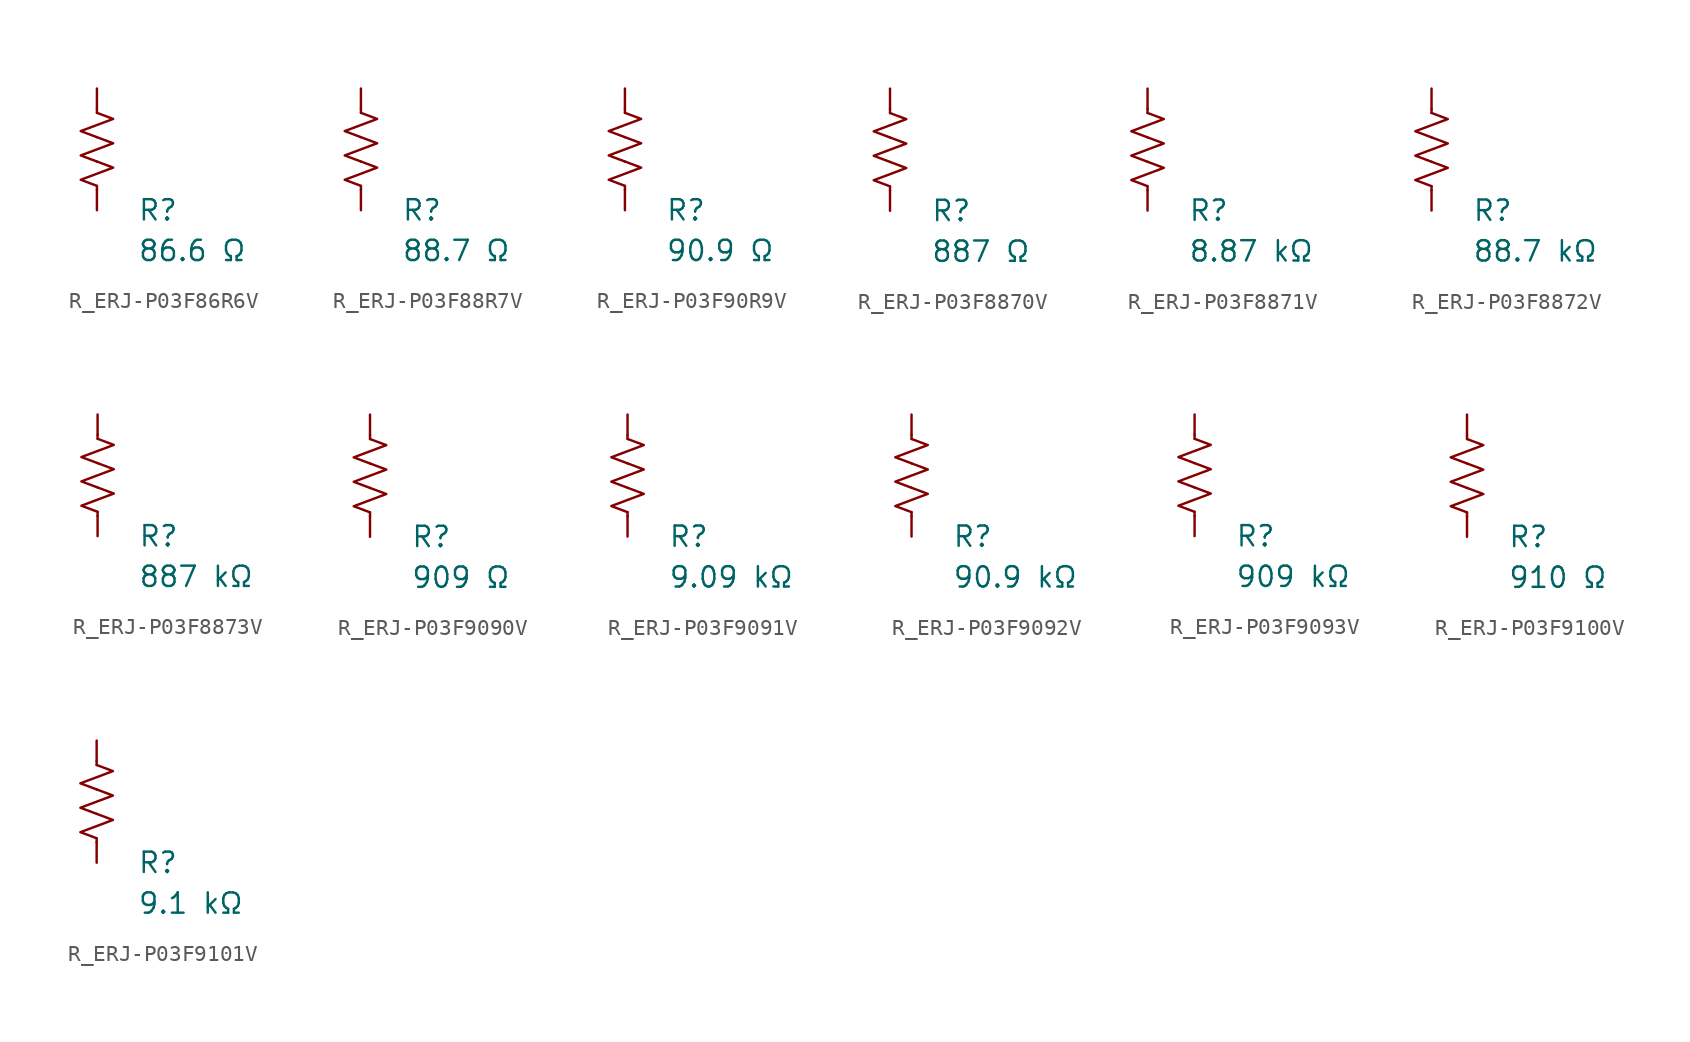
<source format=kicad_sym>
(kicad_symbol_lib
  (version 20231120)
  (generator "kicad_symbol_editor")
  (generator_version "8.0")
  (symbol "R_ERJ-P03F86R6V"
    (pin_numbers hide)
    (pin_names
      (offset 0))
    (property "Reference" "R"
      (at 2.54 -3.81 0)
      (effects (font (size 1.27 1.27)) (justify left))
      (show_name no))
    (property "Value" "86.6 Ω"
      (at 2.54 -6.35 0)
      (effects (font (size 1.27 1.27)) (justify left))
      (show_name no))
    (symbol "R_ERJ-P03F86R6V_0_1"
      (polyline (pts (xy 0 -2.286) (xy 0 -2.54)) (stroke (width 0) (type default)) (fill (type none)))
      (polyline (pts (xy 0 2.286) (xy 0 2.54)) (stroke (width 0) (type default)) (fill (type none)))
      (polyline (pts (xy 0 -0.762) (xy 1.016 -1.143) (xy 0 -1.524) (xy -1.016 -1.905) (xy 0 -2.286)) (stroke (width 0) (type default)) (fill (type none)))
      (polyline (pts (xy 0 0.762) (xy 1.016 0.381) (xy 0 0) (xy -1.016 -0.381) (xy 0 -0.762)) (stroke (width 0) (type default)) (fill (type none)))
      (polyline (pts (xy 0 2.286) (xy 1.016 1.905) (xy 0 1.524) (xy -1.016 1.143) (xy 0 0.762)) (stroke (width 0) (type default)) (fill (type none))))
    (symbol "R_ERJ-P03F86R6V_1_1"
      (pin passive line (at 0 3.81 270) (length 1.27) (name "~" (effects (font (size 1.27 1.27)))) (number "1" (effects (font (size 1.27 1.27)))))
      (pin passive line (at 0 -3.81 90) (length 1.27) (name "~" (effects (font (size 1.27 1.27)))) (number "2" (effects (font (size 1.27 1.27)))))))
  (symbol "R_ERJ-P03F88R7V"
    (pin_numbers hide)
    (pin_names
      (offset 0))
    (property "Reference" "R"
      (at 2.54 -3.81 0)
      (effects (font (size 1.27 1.27)) (justify left))
      (show_name no))
    (property "Value" "88.7 Ω"
      (at 2.54 -6.35 0)
      (effects (font (size 1.27 1.27)) (justify left))
      (show_name no))
    (symbol "R_ERJ-P03F88R7V_0_1"
      (polyline (pts (xy 0 -2.286) (xy 0 -2.54)) (stroke (width 0) (type default)) (fill (type none)))
      (polyline (pts (xy 0 2.286) (xy 0 2.54)) (stroke (width 0) (type default)) (fill (type none)))
      (polyline (pts (xy 0 -0.762) (xy 1.016 -1.143) (xy 0 -1.524) (xy -1.016 -1.905) (xy 0 -2.286)) (stroke (width 0) (type default)) (fill (type none)))
      (polyline (pts (xy 0 0.762) (xy 1.016 0.381) (xy 0 0) (xy -1.016 -0.381) (xy 0 -0.762)) (stroke (width 0) (type default)) (fill (type none)))
      (polyline (pts (xy 0 2.286) (xy 1.016 1.905) (xy 0 1.524) (xy -1.016 1.143) (xy 0 0.762)) (stroke (width 0) (type default)) (fill (type none))))
    (symbol "R_ERJ-P03F88R7V_1_1"
      (pin passive line (at 0 3.81 270) (length 1.27) (name "~" (effects (font (size 1.27 1.27)))) (number "1" (effects (font (size 1.27 1.27)))))
      (pin passive line (at 0 -3.81 90) (length 1.27) (name "~" (effects (font (size 1.27 1.27)))) (number "2" (effects (font (size 1.27 1.27)))))))
  (symbol "R_ERJ-P03F90R9V"
    (pin_numbers hide)
    (pin_names
      (offset 0))
    (property "Reference" "R"
      (at 2.54 -3.81 0)
      (effects (font (size 1.27 1.27)) (justify left))
      (show_name no))
    (property "Value" "90.9 Ω"
      (at 2.54 -6.35 0)
      (effects (font (size 1.27 1.27)) (justify left))
      (show_name no))
    (symbol "R_ERJ-P03F90R9V_0_1"
      (polyline (pts (xy 0 -2.286) (xy 0 -2.54)) (stroke (width 0) (type default)) (fill (type none)))
      (polyline (pts (xy 0 2.286) (xy 0 2.54)) (stroke (width 0) (type default)) (fill (type none)))
      (polyline (pts (xy 0 -0.762) (xy 1.016 -1.143) (xy 0 -1.524) (xy -1.016 -1.905) (xy 0 -2.286)) (stroke (width 0) (type default)) (fill (type none)))
      (polyline (pts (xy 0 0.762) (xy 1.016 0.381) (xy 0 0) (xy -1.016 -0.381) (xy 0 -0.762)) (stroke (width 0) (type default)) (fill (type none)))
      (polyline (pts (xy 0 2.286) (xy 1.016 1.905) (xy 0 1.524) (xy -1.016 1.143) (xy 0 0.762)) (stroke (width 0) (type default)) (fill (type none))))
    (symbol "R_ERJ-P03F90R9V_1_1"
      (pin passive line (at 0 3.81 270) (length 1.27) (name "~" (effects (font (size 1.27 1.27)))) (number "1" (effects (font (size 1.27 1.27)))))
      (pin passive line (at 0 -3.81 90) (length 1.27) (name "~" (effects (font (size 1.27 1.27)))) (number "2" (effects (font (size 1.27 1.27)))))))
  (symbol "R_ERJ-P03F8870V"
    (pin_numbers hide)
    (pin_names
      (offset 0))
    (property "Reference" "R"
      (at 2.54 -3.81 0)
      (effects (font (size 1.27 1.27)) (justify left))
      (show_name no))
    (property "Value" "887 Ω"
      (at 2.54 -6.35 0)
      (effects (font (size 1.27 1.27)) (justify left))
      (show_name no))
    (symbol "R_ERJ-P03F8870V_0_1"
      (polyline (pts (xy 0 -2.286) (xy 0 -2.54)) (stroke (width 0) (type default)) (fill (type none)))
      (polyline (pts (xy 0 2.286) (xy 0 2.54)) (stroke (width 0) (type default)) (fill (type none)))
      (polyline (pts (xy 0 -0.762) (xy 1.016 -1.143) (xy 0 -1.524) (xy -1.016 -1.905) (xy 0 -2.286)) (stroke (width 0) (type default)) (fill (type none)))
      (polyline (pts (xy 0 0.762) (xy 1.016 0.381) (xy 0 0) (xy -1.016 -0.381) (xy 0 -0.762)) (stroke (width 0) (type default)) (fill (type none)))
      (polyline (pts (xy 0 2.286) (xy 1.016 1.905) (xy 0 1.524) (xy -1.016 1.143) (xy 0 0.762)) (stroke (width 0) (type default)) (fill (type none))))
    (symbol "R_ERJ-P03F8870V_1_1"
      (pin passive line (at 0 3.81 270) (length 1.27) (name "~" (effects (font (size 1.27 1.27)))) (number "1" (effects (font (size 1.27 1.27)))))
      (pin passive line (at 0 -3.81 90) (length 1.27) (name "~" (effects (font (size 1.27 1.27)))) (number "2" (effects (font (size 1.27 1.27)))))))
  (symbol "R_ERJ-P03F8871V"
    (pin_numbers hide)
    (pin_names
      (offset 0))
    (property "Reference" "R"
      (at 2.54 -3.81 0)
      (effects (font (size 1.27 1.27)) (justify left))
      (show_name no))
    (property "Value" "8.87 kΩ"
      (at 2.54 -6.35 0)
      (effects (font (size 1.27 1.27)) (justify left))
      (show_name no))
    (symbol "R_ERJ-P03F8871V_0_1"
      (polyline (pts (xy 0 -2.286) (xy 0 -2.54)) (stroke (width 0) (type default)) (fill (type none)))
      (polyline (pts (xy 0 2.286) (xy 0 2.54)) (stroke (width 0) (type default)) (fill (type none)))
      (polyline (pts (xy 0 -0.762) (xy 1.016 -1.143) (xy 0 -1.524) (xy -1.016 -1.905) (xy 0 -2.286)) (stroke (width 0) (type default)) (fill (type none)))
      (polyline (pts (xy 0 0.762) (xy 1.016 0.381) (xy 0 0) (xy -1.016 -0.381) (xy 0 -0.762)) (stroke (width 0) (type default)) (fill (type none)))
      (polyline (pts (xy 0 2.286) (xy 1.016 1.905) (xy 0 1.524) (xy -1.016 1.143) (xy 0 0.762)) (stroke (width 0) (type default)) (fill (type none))))
    (symbol "R_ERJ-P03F8871V_1_1"
      (pin passive line (at 0 3.81 270) (length 1.27) (name "~" (effects (font (size 1.27 1.27)))) (number "1" (effects (font (size 1.27 1.27)))))
      (pin passive line (at 0 -3.81 90) (length 1.27) (name "~" (effects (font (size 1.27 1.27)))) (number "2" (effects (font (size 1.27 1.27)))))))
  (symbol "R_ERJ-P03F8872V"
    (pin_numbers hide)
    (pin_names
      (offset 0))
    (property "Reference" "R"
      (at 2.54 -3.81 0)
      (effects (font (size 1.27 1.27)) (justify left))
      (show_name no))
    (property "Value" "88.7 kΩ"
      (at 2.54 -6.35 0)
      (effects (font (size 1.27 1.27)) (justify left))
      (show_name no))
    (symbol "R_ERJ-P03F8872V_0_1"
      (polyline (pts (xy 0 -2.286) (xy 0 -2.54)) (stroke (width 0) (type default)) (fill (type none)))
      (polyline (pts (xy 0 2.286) (xy 0 2.54)) (stroke (width 0) (type default)) (fill (type none)))
      (polyline (pts (xy 0 -0.762) (xy 1.016 -1.143) (xy 0 -1.524) (xy -1.016 -1.905) (xy 0 -2.286)) (stroke (width 0) (type default)) (fill (type none)))
      (polyline (pts (xy 0 0.762) (xy 1.016 0.381) (xy 0 0) (xy -1.016 -0.381) (xy 0 -0.762)) (stroke (width 0) (type default)) (fill (type none)))
      (polyline (pts (xy 0 2.286) (xy 1.016 1.905) (xy 0 1.524) (xy -1.016 1.143) (xy 0 0.762)) (stroke (width 0) (type default)) (fill (type none))))
    (symbol "R_ERJ-P03F8872V_1_1"
      (pin passive line (at 0 3.81 270) (length 1.27) (name "~" (effects (font (size 1.27 1.27)))) (number "1" (effects (font (size 1.27 1.27)))))
      (pin passive line (at 0 -3.81 90) (length 1.27) (name "~" (effects (font (size 1.27 1.27)))) (number "2" (effects (font (size 1.27 1.27)))))))
  (symbol "R_ERJ-P03F8873V"
    (pin_numbers hide)
    (pin_names
      (offset 0))
    (property "Reference" "R"
      (at 2.54 -3.81 0)
      (effects (font (size 1.27 1.27)) (justify left))
      (show_name no))
    (property "Value" "887 kΩ"
      (at 2.54 -6.35 0)
      (effects (font (size 1.27 1.27)) (justify left))
      (show_name no))
    (symbol "R_ERJ-P03F8873V_0_1"
      (polyline (pts (xy 0 -2.286) (xy 0 -2.54)) (stroke (width 0) (type default)) (fill (type none)))
      (polyline (pts (xy 0 2.286) (xy 0 2.54)) (stroke (width 0) (type default)) (fill (type none)))
      (polyline (pts (xy 0 -0.762) (xy 1.016 -1.143) (xy 0 -1.524) (xy -1.016 -1.905) (xy 0 -2.286)) (stroke (width 0) (type default)) (fill (type none)))
      (polyline (pts (xy 0 0.762) (xy 1.016 0.381) (xy 0 0) (xy -1.016 -0.381) (xy 0 -0.762)) (stroke (width 0) (type default)) (fill (type none)))
      (polyline (pts (xy 0 2.286) (xy 1.016 1.905) (xy 0 1.524) (xy -1.016 1.143) (xy 0 0.762)) (stroke (width 0) (type default)) (fill (type none))))
    (symbol "R_ERJ-P03F8873V_1_1"
      (pin passive line (at 0 3.81 270) (length 1.27) (name "~" (effects (font (size 1.27 1.27)))) (number "1" (effects (font (size 1.27 1.27)))))
      (pin passive line (at 0 -3.81 90) (length 1.27) (name "~" (effects (font (size 1.27 1.27)))) (number "2" (effects (font (size 1.27 1.27)))))))
  (symbol "R_ERJ-P03F9090V"
    (pin_numbers hide)
    (pin_names
      (offset 0))
    (property "Reference" "R"
      (at 2.54 -3.81 0)
      (effects (font (size 1.27 1.27)) (justify left))
      (show_name no))
    (property "Value" "909 Ω"
      (at 2.54 -6.35 0)
      (effects (font (size 1.27 1.27)) (justify left))
      (show_name no))
    (symbol "R_ERJ-P03F9090V_0_1"
      (polyline (pts (xy 0 -2.286) (xy 0 -2.54)) (stroke (width 0) (type default)) (fill (type none)))
      (polyline (pts (xy 0 2.286) (xy 0 2.54)) (stroke (width 0) (type default)) (fill (type none)))
      (polyline (pts (xy 0 -0.762) (xy 1.016 -1.143) (xy 0 -1.524) (xy -1.016 -1.905) (xy 0 -2.286)) (stroke (width 0) (type default)) (fill (type none)))
      (polyline (pts (xy 0 0.762) (xy 1.016 0.381) (xy 0 0) (xy -1.016 -0.381) (xy 0 -0.762)) (stroke (width 0) (type default)) (fill (type none)))
      (polyline (pts (xy 0 2.286) (xy 1.016 1.905) (xy 0 1.524) (xy -1.016 1.143) (xy 0 0.762)) (stroke (width 0) (type default)) (fill (type none))))
    (symbol "R_ERJ-P03F9090V_1_1"
      (pin passive line (at 0 3.81 270) (length 1.27) (name "~" (effects (font (size 1.27 1.27)))) (number "1" (effects (font (size 1.27 1.27)))))
      (pin passive line (at 0 -3.81 90) (length 1.27) (name "~" (effects (font (size 1.27 1.27)))) (number "2" (effects (font (size 1.27 1.27)))))))
  (symbol "R_ERJ-P03F9091V"
    (pin_numbers hide)
    (pin_names
      (offset 0))
    (property "Reference" "R"
      (at 2.54 -3.81 0)
      (effects (font (size 1.27 1.27)) (justify left))
      (show_name no))
    (property "Value" "9.09 kΩ"
      (at 2.54 -6.35 0)
      (effects (font (size 1.27 1.27)) (justify left))
      (show_name no))
    (symbol "R_ERJ-P03F9091V_0_1"
      (polyline (pts (xy 0 -2.286) (xy 0 -2.54)) (stroke (width 0) (type default)) (fill (type none)))
      (polyline (pts (xy 0 2.286) (xy 0 2.54)) (stroke (width 0) (type default)) (fill (type none)))
      (polyline (pts (xy 0 -0.762) (xy 1.016 -1.143) (xy 0 -1.524) (xy -1.016 -1.905) (xy 0 -2.286)) (stroke (width 0) (type default)) (fill (type none)))
      (polyline (pts (xy 0 0.762) (xy 1.016 0.381) (xy 0 0) (xy -1.016 -0.381) (xy 0 -0.762)) (stroke (width 0) (type default)) (fill (type none)))
      (polyline (pts (xy 0 2.286) (xy 1.016 1.905) (xy 0 1.524) (xy -1.016 1.143) (xy 0 0.762)) (stroke (width 0) (type default)) (fill (type none))))
    (symbol "R_ERJ-P03F9091V_1_1"
      (pin passive line (at 0 3.81 270) (length 1.27) (name "~" (effects (font (size 1.27 1.27)))) (number "1" (effects (font (size 1.27 1.27)))))
      (pin passive line (at 0 -3.81 90) (length 1.27) (name "~" (effects (font (size 1.27 1.27)))) (number "2" (effects (font (size 1.27 1.27)))))))
  (symbol "R_ERJ-P03F9092V"
    (pin_numbers hide)
    (pin_names
      (offset 0))
    (property "Reference" "R"
      (at 2.54 -3.81 0)
      (effects (font (size 1.27 1.27)) (justify left))
      (show_name no))
    (property "Value" "90.9 kΩ"
      (at 2.54 -6.35 0)
      (effects (font (size 1.27 1.27)) (justify left))
      (show_name no))
    (symbol "R_ERJ-P03F9092V_0_1"
      (polyline (pts (xy 0 -2.286) (xy 0 -2.54)) (stroke (width 0) (type default)) (fill (type none)))
      (polyline (pts (xy 0 2.286) (xy 0 2.54)) (stroke (width 0) (type default)) (fill (type none)))
      (polyline (pts (xy 0 -0.762) (xy 1.016 -1.143) (xy 0 -1.524) (xy -1.016 -1.905) (xy 0 -2.286)) (stroke (width 0) (type default)) (fill (type none)))
      (polyline (pts (xy 0 0.762) (xy 1.016 0.381) (xy 0 0) (xy -1.016 -0.381) (xy 0 -0.762)) (stroke (width 0) (type default)) (fill (type none)))
      (polyline (pts (xy 0 2.286) (xy 1.016 1.905) (xy 0 1.524) (xy -1.016 1.143) (xy 0 0.762)) (stroke (width 0) (type default)) (fill (type none))))
    (symbol "R_ERJ-P03F9092V_1_1"
      (pin passive line (at 0 3.81 270) (length 1.27) (name "~" (effects (font (size 1.27 1.27)))) (number "1" (effects (font (size 1.27 1.27)))))
      (pin passive line (at 0 -3.81 90) (length 1.27) (name "~" (effects (font (size 1.27 1.27)))) (number "2" (effects (font (size 1.27 1.27)))))))
  (symbol "R_ERJ-P03F9093V"
    (pin_numbers hide)
    (pin_names
      (offset 0))
    (property "Reference" "R"
      (at 2.54 -3.81 0)
      (effects (font (size 1.27 1.27)) (justify left))
      (show_name no))
    (property "Value" "909 kΩ"
      (at 2.54 -6.35 0)
      (effects (font (size 1.27 1.27)) (justify left))
      (show_name no))
    (symbol "R_ERJ-P03F9093V_0_1"
      (polyline (pts (xy 0 -2.286) (xy 0 -2.54)) (stroke (width 0) (type default)) (fill (type none)))
      (polyline (pts (xy 0 2.286) (xy 0 2.54)) (stroke (width 0) (type default)) (fill (type none)))
      (polyline (pts (xy 0 -0.762) (xy 1.016 -1.143) (xy 0 -1.524) (xy -1.016 -1.905) (xy 0 -2.286)) (stroke (width 0) (type default)) (fill (type none)))
      (polyline (pts (xy 0 0.762) (xy 1.016 0.381) (xy 0 0) (xy -1.016 -0.381) (xy 0 -0.762)) (stroke (width 0) (type default)) (fill (type none)))
      (polyline (pts (xy 0 2.286) (xy 1.016 1.905) (xy 0 1.524) (xy -1.016 1.143) (xy 0 0.762)) (stroke (width 0) (type default)) (fill (type none))))
    (symbol "R_ERJ-P03F9093V_1_1"
      (pin passive line (at 0 3.81 270) (length 1.27) (name "~" (effects (font (size 1.27 1.27)))) (number "1" (effects (font (size 1.27 1.27)))))
      (pin passive line (at 0 -3.81 90) (length 1.27) (name "~" (effects (font (size 1.27 1.27)))) (number "2" (effects (font (size 1.27 1.27)))))))
  (symbol "R_ERJ-P03F9100V"
    (pin_numbers hide)
    (pin_names
      (offset 0))
    (property "Reference" "R"
      (at 2.54 -3.81 0)
      (effects (font (size 1.27 1.27)) (justify left))
      (show_name no))
    (property "Value" "910 Ω"
      (at 2.54 -6.35 0)
      (effects (font (size 1.27 1.27)) (justify left))
      (show_name no))
    (symbol "R_ERJ-P03F9100V_0_1"
      (polyline (pts (xy 0 -2.286) (xy 0 -2.54)) (stroke (width 0) (type default)) (fill (type none)))
      (polyline (pts (xy 0 2.286) (xy 0 2.54)) (stroke (width 0) (type default)) (fill (type none)))
      (polyline (pts (xy 0 -0.762) (xy 1.016 -1.143) (xy 0 -1.524) (xy -1.016 -1.905) (xy 0 -2.286)) (stroke (width 0) (type default)) (fill (type none)))
      (polyline (pts (xy 0 0.762) (xy 1.016 0.381) (xy 0 0) (xy -1.016 -0.381) (xy 0 -0.762)) (stroke (width 0) (type default)) (fill (type none)))
      (polyline (pts (xy 0 2.286) (xy 1.016 1.905) (xy 0 1.524) (xy -1.016 1.143) (xy 0 0.762)) (stroke (width 0) (type default)) (fill (type none))))
    (symbol "R_ERJ-P03F9100V_1_1"
      (pin passive line (at 0 3.81 270) (length 1.27) (name "~" (effects (font (size 1.27 1.27)))) (number "1" (effects (font (size 1.27 1.27)))))
      (pin passive line (at 0 -3.81 90) (length 1.27) (name "~" (effects (font (size 1.27 1.27)))) (number "2" (effects (font (size 1.27 1.27)))))))
  (symbol "R_ERJ-P03F9101V"
    (pin_numbers hide)
    (pin_names
      (offset 0))
    (property "Reference" "R"
      (at 2.54 -3.81 0)
      (effects (font (size 1.27 1.27)) (justify left))
      (show_name no))
    (property "Value" "9.1 kΩ"
      (at 2.54 -6.35 0)
      (effects (font (size 1.27 1.27)) (justify left))
      (show_name no))
    (symbol "R_ERJ-P03F9101V_0_1"
      (polyline (pts (xy 0 -2.286) (xy 0 -2.54)) (stroke (width 0) (type default)) (fill (type none)))
      (polyline (pts (xy 0 2.286) (xy 0 2.54)) (stroke (width 0) (type default)) (fill (type none)))
      (polyline (pts (xy 0 -0.762) (xy 1.016 -1.143) (xy 0 -1.524) (xy -1.016 -1.905) (xy 0 -2.286)) (stroke (width 0) (type default)) (fill (type none)))
      (polyline (pts (xy 0 0.762) (xy 1.016 0.381) (xy 0 0) (xy -1.016 -0.381) (xy 0 -0.762)) (stroke (width 0) (type default)) (fill (type none)))
      (polyline (pts (xy 0 2.286) (xy 1.016 1.905) (xy 0 1.524) (xy -1.016 1.143) (xy 0 0.762)) (stroke (width 0) (type default)) (fill (type none))))
    (symbol "R_ERJ-P03F9101V_1_1"
      (pin passive line (at 0 3.81 270) (length 1.27) (name "~" (effects (font (size 1.27 1.27)))) (number "1" (effects (font (size 1.27 1.27)))))
      (pin passive line (at 0 -3.81 90) (length 1.27) (name "~" (effects (font (size 1.27 1.27)))) (number "2" (effects (font (size 1.27 1.27))))))))
</source>
